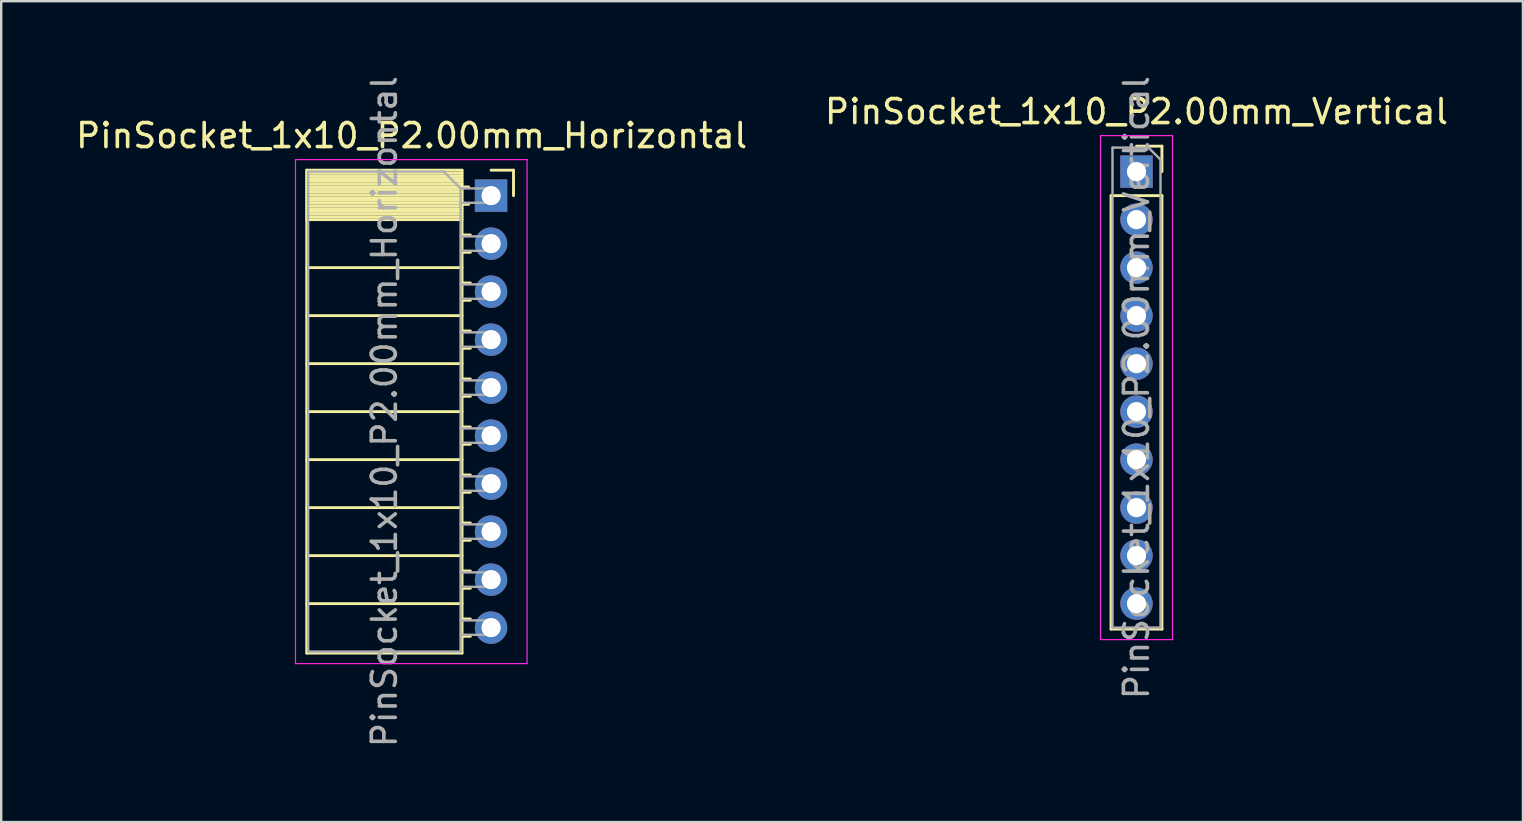
<source format=kicad_pcb>
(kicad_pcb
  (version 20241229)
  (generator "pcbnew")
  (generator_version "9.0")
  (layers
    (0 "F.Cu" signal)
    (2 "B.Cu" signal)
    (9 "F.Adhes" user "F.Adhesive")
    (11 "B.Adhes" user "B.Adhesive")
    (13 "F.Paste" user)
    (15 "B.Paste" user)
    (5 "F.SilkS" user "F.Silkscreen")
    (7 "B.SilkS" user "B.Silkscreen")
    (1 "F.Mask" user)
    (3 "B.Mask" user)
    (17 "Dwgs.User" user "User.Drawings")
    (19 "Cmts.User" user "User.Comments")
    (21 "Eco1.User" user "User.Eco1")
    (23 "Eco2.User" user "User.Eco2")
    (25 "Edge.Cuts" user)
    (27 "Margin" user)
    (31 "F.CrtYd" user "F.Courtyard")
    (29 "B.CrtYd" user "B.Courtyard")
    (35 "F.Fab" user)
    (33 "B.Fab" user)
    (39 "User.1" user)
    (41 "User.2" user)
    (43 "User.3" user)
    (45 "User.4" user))
  (footprint "PinSocket_1x10_P2.00mm_Vertical"
    (layer "F.Cu")
    (at 44.304 4.101)
    (property "Reference" "PinSocket_1x10_P2.00mm_Vertical" (at 0 -2.5 0) (layer "F.SilkS") (effects (font (size 1 1) (thickness 0.15))))
    (attr through_hole)
    (fp_line (start -1.06 1) (end -1.06 19.06) (stroke (width 0.12) (type solid)) (layer "F.SilkS"))
    (fp_line (start -1.06 1) (end 1.06 1) (stroke (width 0.12) (type solid)) (layer "F.SilkS"))
    (fp_line (start -1.06 19.06) (end 1.06 19.06) (stroke (width 0.12) (type solid)) (layer "F.SilkS"))
    (fp_line (start 0 -1.06) (end 1.06 -1.06) (stroke (width 0.12) (type solid)) (layer "F.SilkS"))
    (fp_line (start 1.06 -1.06) (end 1.06 0) (stroke (width 0.12) (type solid)) (layer "F.SilkS"))
    (fp_line (start 1.06 1) (end 1.06 19.06) (stroke (width 0.12) (type solid)) (layer "F.SilkS"))
    (fp_line (start -1.5 -1.5) (end 1.5 -1.5) (stroke (width 0.05) (type solid)) (layer "F.CrtYd"))
    (fp_line (start -1.5 19.5) (end -1.5 -1.5) (stroke (width 0.05) (type solid)) (layer "F.CrtYd"))
    (fp_line (start 1.5 -1.5) (end 1.5 19.5) (stroke (width 0.05) (type solid)) (layer "F.CrtYd"))
    (fp_line (start 1.5 19.5) (end -1.5 19.5) (stroke (width 0.05) (type solid)) (layer "F.CrtYd"))
    (fp_line (start -1 -1) (end 0.5 -1) (stroke (width 0.1) (type solid)) (layer "F.Fab"))
    (fp_line (start -1 19) (end -1 -1) (stroke (width 0.1) (type solid)) (layer "F.Fab"))
    (fp_line (start 0.5 -1) (end 1 -0.5) (stroke (width 0.1) (type solid)) (layer "F.Fab"))
    (fp_line (start 1 -0.5) (end 1 19) (stroke (width 0.1) (type solid)) (layer "F.Fab"))
    (fp_line (start 1 19) (end -1 19) (stroke (width 0.1) (type solid)) (layer "F.Fab"))
    (fp_text user "${REFERENCE}" (at 0 9 90) (layer "F.Fab") (effects (font (size 1 1) (thickness 0.15))))
    (pad "1" thru_hole rect (at 0 0) (size 1.35 1.35) (drill 0.8) (layers "*.Cu" "*.Mask"))
    (pad "2" thru_hole oval (at 0 2) (size 1.35 1.35) (drill 0.8) (layers "*.Cu" "*.Mask"))
    (pad "3" thru_hole oval (at 0 4) (size 1.35 1.35) (drill 0.8) (layers "*.Cu" "*.Mask"))
    (pad "4" thru_hole oval (at 0 6) (size 1.35 1.35) (drill 0.8) (layers "*.Cu" "*.Mask"))
    (pad "5" thru_hole oval (at 0 8) (size 1.35 1.35) (drill 0.8) (layers "*.Cu" "*.Mask"))
    (pad "6" thru_hole oval (at 0 10) (size 1.35 1.35) (drill 0.8) (layers "*.Cu" "*.Mask"))
    (pad "7" thru_hole oval (at 0 12) (size 1.35 1.35) (drill 0.8) (layers "*.Cu" "*.Mask"))
    (pad "8" thru_hole oval (at 0 14) (size 1.35 1.35) (drill 0.8) (layers "*.Cu" "*.Mask"))
    (pad "9" thru_hole oval (at 0 16) (size 1.35 1.35) (drill 0.8) (layers "*.Cu" "*.Mask"))
    (pad "10" thru_hole oval (at 0 18) (size 1.35 1.35) (drill 0.8) (layers "*.Cu" "*.Mask")))
  (footprint "PinSocket_1x10_P2.00mm_Horizontal"
    (layer "F.Cu")
    (at 17.411 5.101)
    (property "Reference" "PinSocket_1x10_P2.00mm_Horizontal" (at -3.31 -2.5 0) (layer "F.SilkS") (effects (font (size 1 1) (thickness 0.15))))
    (attr through_hole)
    (fp_line (start -7.68 -1.06) (end -7.68 19.06) (stroke (width 0.12) (type solid)) (layer "F.SilkS"))
    (fp_line (start -7.68 -1.06) (end -1.21 -1.06) (stroke (width 0.12) (type solid)) (layer "F.SilkS"))
    (fp_line (start -7.68 -0.94) (end -1.21 -0.94) (stroke (width 0.12) (type solid)) (layer "F.SilkS"))
    (fp_line (start -7.68 -0.826) (end -1.21 -0.826) (stroke (width 0.12) (type solid)) (layer "F.SilkS"))
    (fp_line (start -7.68 -0.712) (end -1.21 -0.712) (stroke (width 0.12) (type solid)) (layer "F.SilkS"))
    (fp_line (start -7.68 -0.598) (end -1.21 -0.598) (stroke (width 0.12) (type solid)) (layer "F.SilkS"))
    (fp_line (start -7.68 -0.484) (end -1.21 -0.484) (stroke (width 0.12) (type solid)) (layer "F.SilkS"))
    (fp_line (start -7.68 -0.369) (end -1.21 -0.369) (stroke (width 0.12) (type solid)) (layer "F.SilkS"))
    (fp_line (start -7.68 -0.255) (end -1.21 -0.255) (stroke (width 0.12) (type solid)) (layer "F.SilkS"))
    (fp_line (start -7.68 -0.141) (end -1.21 -0.141) (stroke (width 0.12) (type solid)) (layer "F.SilkS"))
    (fp_line (start -7.68 -0.027) (end -1.21 -0.027) (stroke (width 0.12) (type solid)) (layer "F.SilkS"))
    (fp_line (start -7.68 0.087) (end -1.21 0.087) (stroke (width 0.12) (type solid)) (layer "F.SilkS"))
    (fp_line (start -7.68 0.201) (end -1.21 0.201) (stroke (width 0.12) (type solid)) (layer "F.SilkS"))
    (fp_line (start -7.68 0.315) (end -1.21 0.315) (stroke (width 0.12) (type solid)) (layer "F.SilkS"))
    (fp_line (start -7.68 0.429) (end -1.21 0.429) (stroke (width 0.12) (type solid)) (layer "F.SilkS"))
    (fp_line (start -7.68 0.544) (end -1.21 0.544) (stroke (width 0.12) (type solid)) (layer "F.SilkS"))
    (fp_line (start -7.68 0.658) (end -1.21 0.658) (stroke (width 0.12) (type solid)) (layer "F.SilkS"))
    (fp_line (start -7.68 0.772) (end -1.21 0.772) (stroke (width 0.12) (type solid)) (layer "F.SilkS"))
    (fp_line (start -7.68 0.886) (end -1.21 0.886) (stroke (width 0.12) (type solid)) (layer "F.SilkS"))
    (fp_line (start -7.68 1) (end -1.21 1) (stroke (width 0.12) (type solid)) (layer "F.SilkS"))
    (fp_line (start -7.68 3) (end -1.21 3) (stroke (width 0.12) (type solid)) (layer "F.SilkS"))
    (fp_line (start -7.68 5) (end -1.21 5) (stroke (width 0.12) (type solid)) (layer "F.SilkS"))
    (fp_line (start -7.68 7) (end -1.21 7) (stroke (width 0.12) (type solid)) (layer "F.SilkS"))
    (fp_line (start -7.68 9) (end -1.21 9) (stroke (width 0.12) (type solid)) (layer "F.SilkS"))
    (fp_line (start -7.68 11) (end -1.21 11) (stroke (width 0.12) (type solid)) (layer "F.SilkS"))
    (fp_line (start -7.68 13) (end -1.21 13) (stroke (width 0.12) (type solid)) (layer "F.SilkS"))
    (fp_line (start -7.68 15) (end -1.21 15) (stroke (width 0.12) (type solid)) (layer "F.SilkS"))
    (fp_line (start -7.68 17) (end -1.21 17) (stroke (width 0.12) (type solid)) (layer "F.SilkS"))
    (fp_line (start -7.68 19.06) (end -1.21 19.06) (stroke (width 0.12) (type solid)) (layer "F.SilkS"))
    (fp_line (start -1.21 -1.06) (end -1.21 19.06) (stroke (width 0.12) (type solid)) (layer "F.SilkS"))
    (fp_line (start -1.21 -0.36) (end -0.935 -0.36) (stroke (width 0.12) (type solid)) (layer "F.SilkS"))
    (fp_line (start -1.21 0.36) (end -0.935 0.36) (stroke (width 0.12) (type solid)) (layer "F.SilkS"))
    (fp_line (start -1.21 1.64) (end -0.863 1.64) (stroke (width 0.12) (type solid)) (layer "F.SilkS"))
    (fp_line (start -1.21 2.36) (end -0.863 2.36) (stroke (width 0.12) (type solid)) (layer "F.SilkS"))
    (fp_line (start -1.21 3.64) (end -0.863 3.64) (stroke (width 0.12) (type solid)) (layer "F.SilkS"))
    (fp_line (start -1.21 4.36) (end -0.863 4.36) (stroke (width 0.12) (type solid)) (layer "F.SilkS"))
    (fp_line (start -1.21 5.64) (end -0.863 5.64) (stroke (width 0.12) (type solid)) (layer "F.SilkS"))
    (fp_line (start -1.21 6.36) (end -0.863 6.36) (stroke (width 0.12) (type solid)) (layer "F.SilkS"))
    (fp_line (start -1.21 7.64) (end -0.863 7.64) (stroke (width 0.12) (type solid)) (layer "F.SilkS"))
    (fp_line (start -1.21 8.36) (end -0.863 8.36) (stroke (width 0.12) (type solid)) (layer "F.SilkS"))
    (fp_line (start -1.21 9.64) (end -0.863 9.64) (stroke (width 0.12) (type solid)) (layer "F.SilkS"))
    (fp_line (start -1.21 10.36) (end -0.863 10.36) (stroke (width 0.12) (type solid)) (layer "F.SilkS"))
    (fp_line (start -1.21 11.64) (end -0.863 11.64) (stroke (width 0.12) (type solid)) (layer "F.SilkS"))
    (fp_line (start -1.21 12.36) (end -0.863 12.36) (stroke (width 0.12) (type solid)) (layer "F.SilkS"))
    (fp_line (start -1.21 13.64) (end -0.863 13.64) (stroke (width 0.12) (type solid)) (layer "F.SilkS"))
    (fp_line (start -1.21 14.36) (end -0.863 14.36) (stroke (width 0.12) (type solid)) (layer "F.SilkS"))
    (fp_line (start -1.21 15.64) (end -0.863 15.64) (stroke (width 0.12) (type solid)) (layer "F.SilkS"))
    (fp_line (start -1.21 16.36) (end -0.863 16.36) (stroke (width 0.12) (type solid)) (layer "F.SilkS"))
    (fp_line (start -1.21 17.64) (end -0.863 17.64) (stroke (width 0.12) (type solid)) (layer "F.SilkS"))
    (fp_line (start -1.21 18.36) (end -0.863 18.36) (stroke (width 0.12) (type solid)) (layer "F.SilkS"))
    (fp_line (start 0 -1.06) (end 0.935 -1.06) (stroke (width 0.12) (type solid)) (layer "F.SilkS"))
    (fp_line (start 0.935 -1.06) (end 0.935 0) (stroke (width 0.12) (type solid)) (layer "F.SilkS"))
    (fp_line (start -8.15 -1.5) (end -8.15 19.5) (stroke (width 0.05) (type solid)) (layer "F.CrtYd"))
    (fp_line (start -8.15 19.5) (end 1.5 19.5) (stroke (width 0.05) (type solid)) (layer "F.CrtYd"))
    (fp_line (start 1.5 -1.5) (end -8.15 -1.5) (stroke (width 0.05) (type solid)) (layer "F.CrtYd"))
    (fp_line (start 1.5 19.5) (end 1.5 -1.5) (stroke (width 0.05) (type solid)) (layer "F.CrtYd"))
    (fp_line (start -7.62 -1) (end -1.97 -1) (stroke (width 0.1) (type solid)) (layer "F.Fab"))
    (fp_line (start -7.62 19) (end -7.62 -1) (stroke (width 0.1) (type solid)) (layer "F.Fab"))
    (fp_line (start -1.97 -1) (end -1.27 -0.3) (stroke (width 0.1) (type solid)) (layer "F.Fab"))
    (fp_line (start -1.27 -0.3) (end -1.27 19) (stroke (width 0.1) (type solid)) (layer "F.Fab"))
    (fp_line (start -1.27 0.3) (end 0 0.3) (stroke (width 0.1) (type solid)) (layer "F.Fab"))
    (fp_line (start -1.27 2.3) (end 0 2.3) (stroke (width 0.1) (type solid)) (layer "F.Fab"))
    (fp_line (start -1.27 4.3) (end 0 4.3) (stroke (width 0.1) (type solid)) (layer "F.Fab"))
    (fp_line (start -1.27 6.3) (end 0 6.3) (stroke (width 0.1) (type solid)) (layer "F.Fab"))
    (fp_line (start -1.27 8.3) (end 0 8.3) (stroke (width 0.1) (type solid)) (layer "F.Fab"))
    (fp_line (start -1.27 10.3) (end 0 10.3) (stroke (width 0.1) (type solid)) (layer "F.Fab"))
    (fp_line (start -1.27 12.3) (end 0 12.3) (stroke (width 0.1) (type solid)) (layer "F.Fab"))
    (fp_line (start -1.27 14.3) (end 0 14.3) (stroke (width 0.1) (type solid)) (layer "F.Fab"))
    (fp_line (start -1.27 16.3) (end 0 16.3) (stroke (width 0.1) (type solid)) (layer "F.Fab"))
    (fp_line (start -1.27 18.3) (end 0 18.3) (stroke (width 0.1) (type solid)) (layer "F.Fab"))
    (fp_line (start -1.27 19) (end -7.62 19) (stroke (width 0.1) (type solid)) (layer "F.Fab"))
    (fp_line (start 0 -0.3) (end -1.27 -0.3) (stroke (width 0.1) (type solid)) (layer "F.Fab"))
    (fp_line (start 0 0.3) (end 0 -0.3) (stroke (width 0.1) (type solid)) (layer "F.Fab"))
    (fp_line (start 0 1.7) (end -1.27 1.7) (stroke (width 0.1) (type solid)) (layer "F.Fab"))
    (fp_line (start 0 2.3) (end 0 1.7) (stroke (width 0.1) (type solid)) (layer "F.Fab"))
    (fp_line (start 0 3.7) (end -1.27 3.7) (stroke (width 0.1) (type solid)) (layer "F.Fab"))
    (fp_line (start 0 4.3) (end 0 3.7) (stroke (width 0.1) (type solid)) (layer "F.Fab"))
    (fp_line (start 0 5.7) (end -1.27 5.7) (stroke (width 0.1) (type solid)) (layer "F.Fab"))
    (fp_line (start 0 6.3) (end 0 5.7) (stroke (width 0.1) (type solid)) (layer "F.Fab"))
    (fp_line (start 0 7.7) (end -1.27 7.7) (stroke (width 0.1) (type solid)) (layer "F.Fab"))
    (fp_line (start 0 8.3) (end 0 7.7) (stroke (width 0.1) (type solid)) (layer "F.Fab"))
    (fp_line (start 0 9.7) (end -1.27 9.7) (stroke (width 0.1) (type solid)) (layer "F.Fab"))
    (fp_line (start 0 10.3) (end 0 9.7) (stroke (width 0.1) (type solid)) (layer "F.Fab"))
    (fp_line (start 0 11.7) (end -1.27 11.7) (stroke (width 0.1) (type solid)) (layer "F.Fab"))
    (fp_line (start 0 12.3) (end 0 11.7) (stroke (width 0.1) (type solid)) (layer "F.Fab"))
    (fp_line (start 0 13.7) (end -1.27 13.7) (stroke (width 0.1) (type solid)) (layer "F.Fab"))
    (fp_line (start 0 14.3) (end 0 13.7) (stroke (width 0.1) (type solid)) (layer "F.Fab"))
    (fp_line (start 0 15.7) (end -1.27 15.7) (stroke (width 0.1) (type solid)) (layer "F.Fab"))
    (fp_line (start 0 16.3) (end 0 15.7) (stroke (width 0.1) (type solid)) (layer "F.Fab"))
    (fp_line (start 0 17.7) (end -1.27 17.7) (stroke (width 0.1) (type solid)) (layer "F.Fab"))
    (fp_line (start 0 18.3) (end 0 17.7) (stroke (width 0.1) (type solid)) (layer "F.Fab"))
    (fp_text user "${REFERENCE}" (at -4.445 9 90) (layer "F.Fab") (effects (font (size 1 1) (thickness 0.15))))
    (pad "1" thru_hole rect (at 0 0) (size 1.35 1.35) (drill 0.8) (layers "*.Cu" "*.Mask"))
    (pad "2" thru_hole oval (at 0 2) (size 1.35 1.35) (drill 0.8) (layers "*.Cu" "*.Mask"))
    (pad "3" thru_hole oval (at 0 4) (size 1.35 1.35) (drill 0.8) (layers "*.Cu" "*.Mask"))
    (pad "4" thru_hole oval (at 0 6) (size 1.35 1.35) (drill 0.8) (layers "*.Cu" "*.Mask"))
    (pad "5" thru_hole oval (at 0 8) (size 1.35 1.35) (drill 0.8) (layers "*.Cu" "*.Mask"))
    (pad "6" thru_hole oval (at 0 10) (size 1.35 1.35) (drill 0.8) (layers "*.Cu" "*.Mask"))
    (pad "7" thru_hole oval (at 0 12) (size 1.35 1.35) (drill 0.8) (layers "*.Cu" "*.Mask"))
    (pad "8" thru_hole oval (at 0 14) (size 1.35 1.35) (drill 0.8) (layers "*.Cu" "*.Mask"))
    (pad "9" thru_hole oval (at 0 16) (size 1.35 1.35) (drill 0.8) (layers "*.Cu" "*.Mask"))
    (pad "10" thru_hole oval (at 0 18) (size 1.35 1.35) (drill 0.8) (layers "*.Cu" "*.Mask")))
  (gr_rect
    (start -3 -3)
    (end 60.405 31.202)
    (stroke (width 0.1) (type default))
    (fill no)
    (layer "Edge.Cuts")))
</source>
